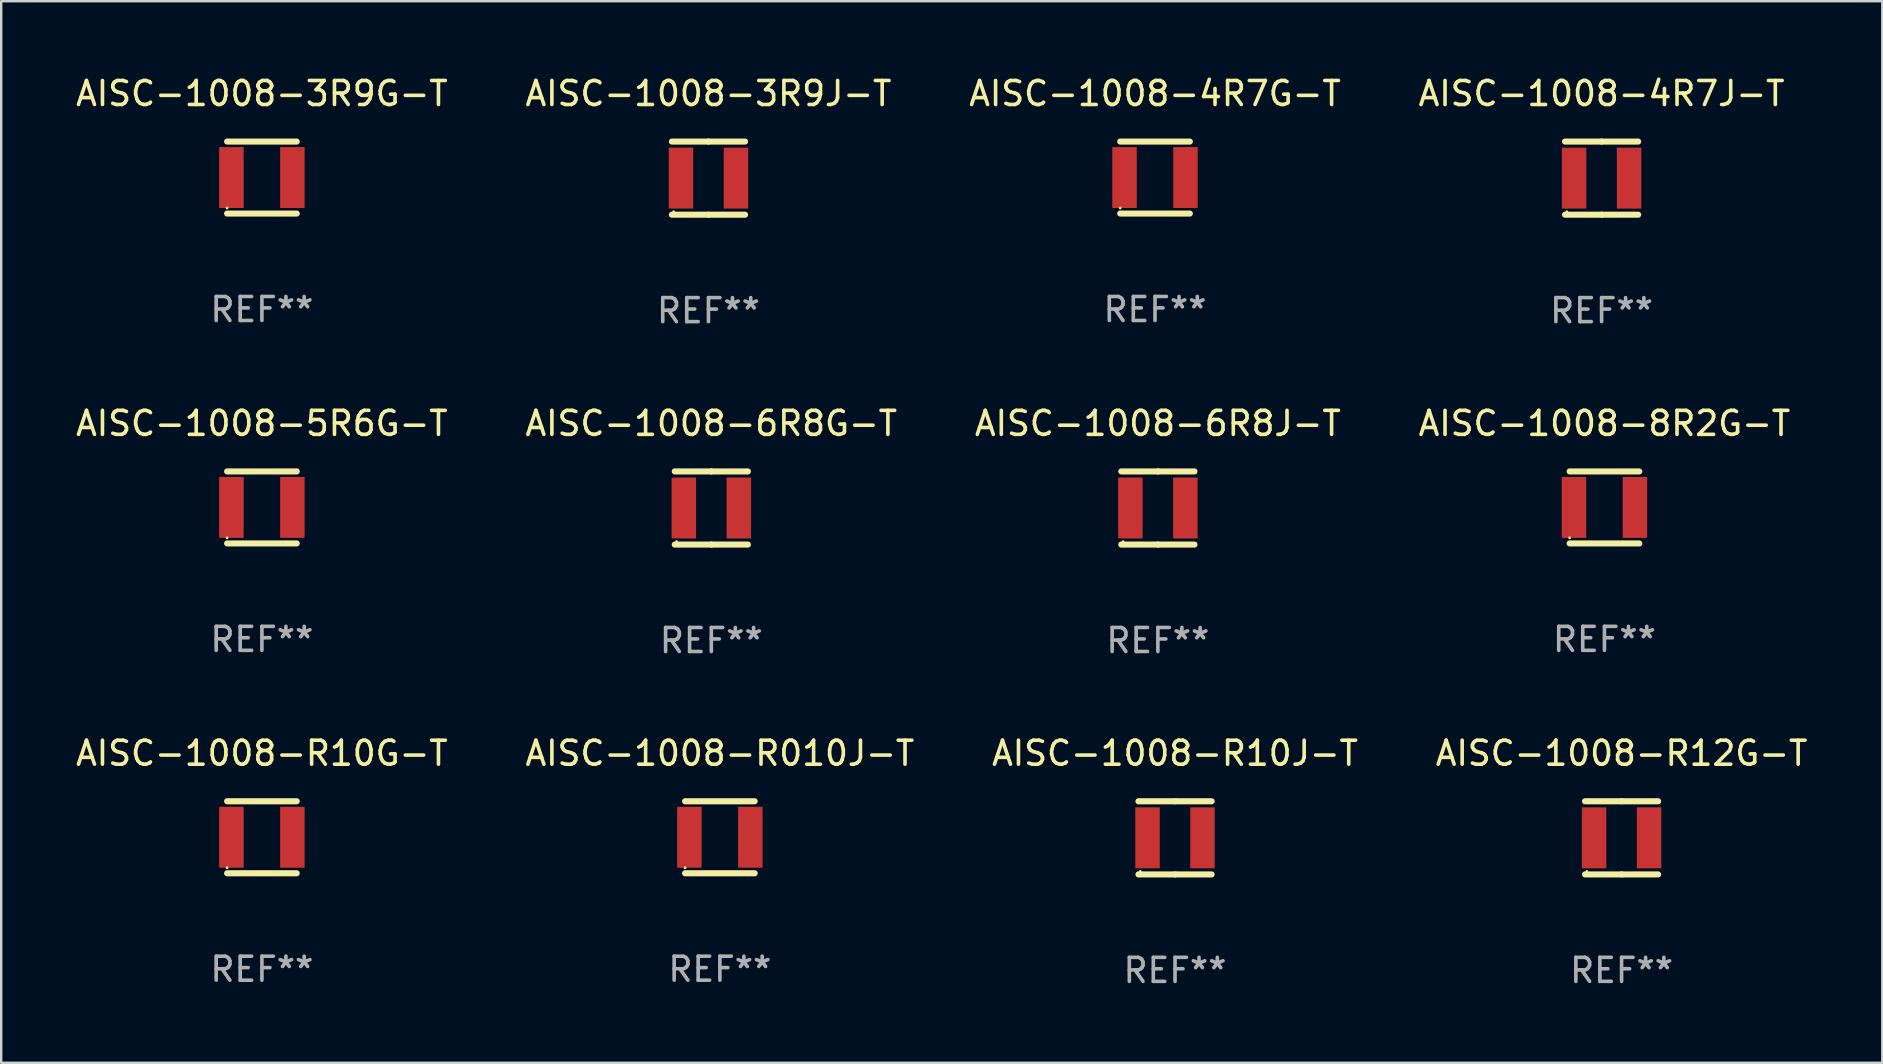
<source format=kicad_pcb>
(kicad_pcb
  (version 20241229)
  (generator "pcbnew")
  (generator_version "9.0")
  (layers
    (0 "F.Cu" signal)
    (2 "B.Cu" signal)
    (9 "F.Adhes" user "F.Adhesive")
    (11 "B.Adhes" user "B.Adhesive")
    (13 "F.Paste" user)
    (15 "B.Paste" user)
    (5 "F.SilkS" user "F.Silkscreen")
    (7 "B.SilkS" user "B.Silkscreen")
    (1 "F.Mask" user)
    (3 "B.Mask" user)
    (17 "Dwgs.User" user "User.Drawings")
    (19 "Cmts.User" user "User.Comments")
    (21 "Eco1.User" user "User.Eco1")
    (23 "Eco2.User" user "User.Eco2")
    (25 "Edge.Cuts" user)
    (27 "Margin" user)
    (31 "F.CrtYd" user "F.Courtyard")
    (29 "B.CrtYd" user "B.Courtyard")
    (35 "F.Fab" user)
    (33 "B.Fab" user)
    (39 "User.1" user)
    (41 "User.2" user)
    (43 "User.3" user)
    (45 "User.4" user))
  (footprint "AISC-1008-R010J-T"
    (layer "F.Cu")
    (at 26.946 31.837)
    (property "Reference" "AISC-1008-R010J-T" (at 0 -3.5 0) (layer "F.SilkS") (effects (font (size 1 1) (thickness 0.15))))
    (attr through_hole)
    (fp_line (start -1.45 -1.5) (end 1.45 -1.5) (stroke (width 0.254) (type solid)) (layer "F.SilkS"))
    (fp_line (start -1.45 1.5) (end 1.45 1.5) (stroke (width 0.254) (type solid)) (layer "F.SilkS"))
    (fp_circle (center -1.45 1.27) (end -1.42 1.27) (stroke (width 0.06) (type solid)) (fill no) (layer "F.SilkS"))
    (fp_text user "REF**" (at 0 5.5 0) (layer "F.Fab") (effects (font (size 1 1) (thickness 0.15))))
    (pad "1" smd rect (at -1.27 0 90) (size 2.54 1.02) (layers "F.Cu" "F.Mask" "F.Paste"))
    (pad "2" smd rect (at 1.27 0 90) (size 2.54 1.02) (layers "F.Cu" "F.Mask" "F.Paste")))
  (footprint "AISC-1008-3R9J-T"
    (layer "F.Cu")
    (at 26.47 4.372)
    (property "Reference" "AISC-1008-3R9J-T" (at 0 -3.524 0) (layer "F.SilkS") (effects (font (size 1 1) (thickness 0.15))))
    (attr through_hole)
    (fp_line (start -1.524 -1.524) (end 0 -1.524) (stroke (width 0.254) (type solid)) (layer "F.SilkS"))
    (fp_line (start 0 -1.524) (end 1.524 -1.524) (stroke (width 0.254) (type solid)) (layer "F.SilkS"))
    (fp_line (start 0 1.524) (end -1.524 1.524) (stroke (width 0.254) (type solid)) (layer "F.SilkS"))
    (fp_line (start 1.524 1.524) (end 0 1.524) (stroke (width 0.254) (type solid)) (layer "F.SilkS"))
    (fp_circle (center -1.45 1.4) (end -1.42 1.4) (stroke (width 0.06) (type solid)) (fill no) (layer "F.SilkS"))
    (fp_text user "REF**" (at 0 5.524 0) (layer "F.Fab") (effects (font (size 1 1) (thickness 0.15))))
    (pad "1" smd rect (at -1.145 0) (size 1.02 2.54) (layers "F.Cu" "F.Mask" "F.Paste"))
    (pad "2" smd rect (at 1.145 0) (size 1.02 2.54) (layers "F.Cu" "F.Mask" "F.Paste")))
  (footprint "AISC-1008-8R2G-T"
    (layer "F.Cu")
    (at 63.804 18.093)
    (property "Reference" "AISC-1008-8R2G-T" (at 0 -3.5 0) (layer "F.SilkS") (effects (font (size 1 1) (thickness 0.15))))
    (attr through_hole)
    (fp_line (start -1.45 -1.5) (end 1.45 -1.5) (stroke (width 0.254) (type solid)) (layer "F.SilkS"))
    (fp_line (start -1.45 1.5) (end 1.45 1.5) (stroke (width 0.254) (type solid)) (layer "F.SilkS"))
    (fp_circle (center -1.45 1.27) (end -1.42 1.27) (stroke (width 0.06) (type solid)) (fill no) (layer "F.SilkS"))
    (fp_text user "REF**" (at 0 5.5 0) (layer "F.Fab") (effects (font (size 1 1) (thickness 0.15))))
    (pad "1" smd rect (at -1.27 0 90) (size 2.54 1.02) (layers "F.Cu" "F.Mask" "F.Paste"))
    (pad "2" smd rect (at 1.27 0 90) (size 2.54 1.02) (layers "F.Cu" "F.Mask" "F.Paste")))
  (footprint "AISC-1008-R10J-T"
    (layer "F.Cu")
    (at 45.911 31.861)
    (property "Reference" "AISC-1008-R10J-T" (at 0 -3.524 0) (layer "F.SilkS") (effects (font (size 1 1) (thickness 0.15))))
    (attr through_hole)
    (fp_line (start -1.524 -1.524) (end 0 -1.524) (stroke (width 0.254) (type solid)) (layer "F.SilkS"))
    (fp_line (start 0 -1.524) (end 1.524 -1.524) (stroke (width 0.254) (type solid)) (layer "F.SilkS"))
    (fp_line (start 0 1.524) (end -1.524 1.524) (stroke (width 0.254) (type solid)) (layer "F.SilkS"))
    (fp_line (start 1.524 1.524) (end 0 1.524) (stroke (width 0.254) (type solid)) (layer "F.SilkS"))
    (fp_circle (center -1.45 1.4) (end -1.42 1.4) (stroke (width 0.06) (type solid)) (fill no) (layer "F.SilkS"))
    (fp_text user "REF**" (at 0 5.524 0) (layer "F.Fab") (effects (font (size 1 1) (thickness 0.15))))
    (pad "1" smd rect (at -1.145 0) (size 1.02 2.54) (layers "F.Cu" "F.Mask" "F.Paste"))
    (pad "2" smd rect (at 1.145 0) (size 1.02 2.54) (layers "F.Cu" "F.Mask" "F.Paste")))
  (footprint "AISC-1008-6R8G-T"
    (layer "F.Cu")
    (at 26.589 18.117)
    (property "Reference" "AISC-1008-6R8G-T" (at 0 -3.524 0) (layer "F.SilkS") (effects (font (size 1 1) (thickness 0.15))))
    (attr through_hole)
    (fp_line (start -1.524 -1.524) (end 0 -1.524) (stroke (width 0.254) (type solid)) (layer "F.SilkS"))
    (fp_line (start 0 -1.524) (end 1.524 -1.524) (stroke (width 0.254) (type solid)) (layer "F.SilkS"))
    (fp_line (start 0 1.524) (end -1.524 1.524) (stroke (width 0.254) (type solid)) (layer "F.SilkS"))
    (fp_line (start 1.524 1.524) (end 0 1.524) (stroke (width 0.254) (type solid)) (layer "F.SilkS"))
    (fp_circle (center -1.45 1.4) (end -1.42 1.4) (stroke (width 0.06) (type solid)) (fill no) (layer "F.SilkS"))
    (fp_text user "REF**" (at 0 5.524 0) (layer "F.Fab") (effects (font (size 1 1) (thickness 0.15))))
    (pad "1" smd rect (at -1.145 0) (size 1.02 2.54) (layers "F.Cu" "F.Mask" "F.Paste"))
    (pad "2" smd rect (at 1.145 0) (size 1.02 2.54) (layers "F.Cu" "F.Mask" "F.Paste")))
  (footprint "AISC-1008-3R9G-T"
    (layer "F.Cu")
    (at 7.863 4.348)
    (property "Reference" "AISC-1008-3R9G-T" (at 0 -3.5 0) (layer "F.SilkS") (effects (font (size 1 1) (thickness 0.15))))
    (attr through_hole)
    (fp_line (start -1.45 -1.5) (end 1.45 -1.5) (stroke (width 0.254) (type solid)) (layer "F.SilkS"))
    (fp_line (start -1.45 1.5) (end 1.45 1.5) (stroke (width 0.254) (type solid)) (layer "F.SilkS"))
    (fp_circle (center -1.45 1.27) (end -1.42 1.27) (stroke (width 0.06) (type solid)) (fill no) (layer "F.SilkS"))
    (fp_text user "REF**" (at 0 5.5 0) (layer "F.Fab") (effects (font (size 1 1) (thickness 0.15))))
    (pad "1" smd rect (at -1.27 0 90) (size 2.54 1.02) (layers "F.Cu" "F.Mask" "F.Paste"))
    (pad "2" smd rect (at 1.27 0 90) (size 2.54 1.02) (layers "F.Cu" "F.Mask" "F.Paste")))
  (footprint "AISC-1008-R10G-T"
    (layer "F.Cu")
    (at 7.863 31.837)
    (property "Reference" "AISC-1008-R10G-T" (at 0 -3.5 0) (layer "F.SilkS") (effects (font (size 1 1) (thickness 0.15))))
    (attr through_hole)
    (fp_line (start -1.45 -1.5) (end 1.45 -1.5) (stroke (width 0.254) (type solid)) (layer "F.SilkS"))
    (fp_line (start -1.45 1.5) (end 1.45 1.5) (stroke (width 0.254) (type solid)) (layer "F.SilkS"))
    (fp_circle (center -1.45 1.27) (end -1.42 1.27) (stroke (width 0.06) (type solid)) (fill no) (layer "F.SilkS"))
    (fp_text user "REF**" (at 0 5.5 0) (layer "F.Fab") (effects (font (size 1 1) (thickness 0.15))))
    (pad "1" smd rect (at -1.27 0 90) (size 2.54 1.02) (layers "F.Cu" "F.Mask" "F.Paste"))
    (pad "2" smd rect (at 1.27 0 90) (size 2.54 1.02) (layers "F.Cu" "F.Mask" "F.Paste")))
  (footprint "AISC-1008-R12G-T"
    (layer "F.Cu")
    (at 64.518 31.861)
    (property "Reference" "AISC-1008-R12G-T" (at 0 -3.524 0) (layer "F.SilkS") (effects (font (size 1 1) (thickness 0.15))))
    (attr through_hole)
    (fp_line (start -1.524 -1.524) (end 0 -1.524) (stroke (width 0.254) (type solid)) (layer "F.SilkS"))
    (fp_line (start 0 -1.524) (end 1.524 -1.524) (stroke (width 0.254) (type solid)) (layer "F.SilkS"))
    (fp_line (start 0 1.524) (end -1.524 1.524) (stroke (width 0.254) (type solid)) (layer "F.SilkS"))
    (fp_line (start 1.524 1.524) (end 0 1.524) (stroke (width 0.254) (type solid)) (layer "F.SilkS"))
    (fp_circle (center -1.45 1.4) (end -1.42 1.4) (stroke (width 0.06) (type solid)) (fill no) (layer "F.SilkS"))
    (fp_text user "REF**" (at 0 5.524 0) (layer "F.Fab") (effects (font (size 1 1) (thickness 0.15))))
    (pad "1" smd rect (at -1.145 0) (size 1.02 2.54) (layers "F.Cu" "F.Mask" "F.Paste"))
    (pad "2" smd rect (at 1.145 0) (size 1.02 2.54) (layers "F.Cu" "F.Mask" "F.Paste")))
  (footprint "AISC-1008-5R6G-T"
    (layer "F.Cu")
    (at 7.863 18.093)
    (property "Reference" "AISC-1008-5R6G-T" (at 0 -3.5 0) (layer "F.SilkS") (effects (font (size 1 1) (thickness 0.15))))
    (attr through_hole)
    (fp_line (start -1.45 -1.5) (end 1.45 -1.5) (stroke (width 0.254) (type solid)) (layer "F.SilkS"))
    (fp_line (start -1.45 1.5) (end 1.45 1.5) (stroke (width 0.254) (type solid)) (layer "F.SilkS"))
    (fp_circle (center -1.45 1.27) (end -1.42 1.27) (stroke (width 0.06) (type solid)) (fill no) (layer "F.SilkS"))
    (fp_text user "REF**" (at 0 5.5 0) (layer "F.Fab") (effects (font (size 1 1) (thickness 0.15))))
    (pad "1" smd rect (at -1.27 0 90) (size 2.54 1.02) (layers "F.Cu" "F.Mask" "F.Paste"))
    (pad "2" smd rect (at 1.27 0 90) (size 2.54 1.02) (layers "F.Cu" "F.Mask" "F.Paste")))
  (footprint "AISC-1008-6R8J-T"
    (layer "F.Cu")
    (at 45.196 18.117)
    (property "Reference" "AISC-1008-6R8J-T" (at 0 -3.524 0) (layer "F.SilkS") (effects (font (size 1 1) (thickness 0.15))))
    (attr through_hole)
    (fp_line (start -1.524 -1.524) (end 0 -1.524) (stroke (width 0.254) (type solid)) (layer "F.SilkS"))
    (fp_line (start 0 -1.524) (end 1.524 -1.524) (stroke (width 0.254) (type solid)) (layer "F.SilkS"))
    (fp_line (start 0 1.524) (end -1.524 1.524) (stroke (width 0.254) (type solid)) (layer "F.SilkS"))
    (fp_line (start 1.524 1.524) (end 0 1.524) (stroke (width 0.254) (type solid)) (layer "F.SilkS"))
    (fp_circle (center -1.45 1.4) (end -1.42 1.4) (stroke (width 0.06) (type solid)) (fill no) (layer "F.SilkS"))
    (fp_text user "REF**" (at 0 5.524 0) (layer "F.Fab") (effects (font (size 1 1) (thickness 0.15))))
    (pad "1" smd rect (at -1.145 0) (size 1.02 2.54) (layers "F.Cu" "F.Mask" "F.Paste"))
    (pad "2" smd rect (at 1.145 0) (size 1.02 2.54) (layers "F.Cu" "F.Mask" "F.Paste")))
  (footprint "AISC-1008-4R7G-T"
    (layer "F.Cu")
    (at 45.077 4.348)
    (property "Reference" "AISC-1008-4R7G-T" (at 0 -3.5 0) (layer "F.SilkS") (effects (font (size 1 1) (thickness 0.15))))
    (attr through_hole)
    (fp_line (start -1.45 -1.5) (end 1.45 -1.5) (stroke (width 0.254) (type solid)) (layer "F.SilkS"))
    (fp_line (start -1.45 1.5) (end 1.45 1.5) (stroke (width 0.254) (type solid)) (layer "F.SilkS"))
    (fp_circle (center -1.45 1.27) (end -1.42 1.27) (stroke (width 0.06) (type solid)) (fill no) (layer "F.SilkS"))
    (fp_text user "REF**" (at 0 5.5 0) (layer "F.Fab") (effects (font (size 1 1) (thickness 0.15))))
    (pad "1" smd rect (at -1.27 0 90) (size 2.54 1.02) (layers "F.Cu" "F.Mask" "F.Paste"))
    (pad "2" smd rect (at 1.27 0 90) (size 2.54 1.02) (layers "F.Cu" "F.Mask" "F.Paste")))
  (footprint "AISC-1008-4R7J-T"
    (layer "F.Cu")
    (at 63.685 4.372)
    (property "Reference" "AISC-1008-4R7J-T" (at 0 -3.524 0) (layer "F.SilkS") (effects (font (size 1 1) (thickness 0.15))))
    (attr through_hole)
    (fp_line (start -1.524 -1.524) (end 0 -1.524) (stroke (width 0.254) (type solid)) (layer "F.SilkS"))
    (fp_line (start 0 -1.524) (end 1.524 -1.524) (stroke (width 0.254) (type solid)) (layer "F.SilkS"))
    (fp_line (start 0 1.524) (end -1.524 1.524) (stroke (width 0.254) (type solid)) (layer "F.SilkS"))
    (fp_line (start 1.524 1.524) (end 0 1.524) (stroke (width 0.254) (type solid)) (layer "F.SilkS"))
    (fp_circle (center -1.45 1.4) (end -1.42 1.4) (stroke (width 0.06) (type solid)) (fill no) (layer "F.SilkS"))
    (fp_text user "REF**" (at 0 5.524 0) (layer "F.Fab") (effects (font (size 1 1) (thickness 0.15))))
    (pad "1" smd rect (at -1.145 0) (size 1.02 2.54) (layers "F.Cu" "F.Mask" "F.Paste"))
    (pad "2" smd rect (at 1.145 0) (size 1.02 2.54) (layers "F.Cu" "F.Mask" "F.Paste")))
  (gr_rect
    (start -3 -3)
    (end 75.381 41.234)
    (stroke (width 0.1) (type default))
    (fill no)
    (layer "Edge.Cuts")))
</source>
